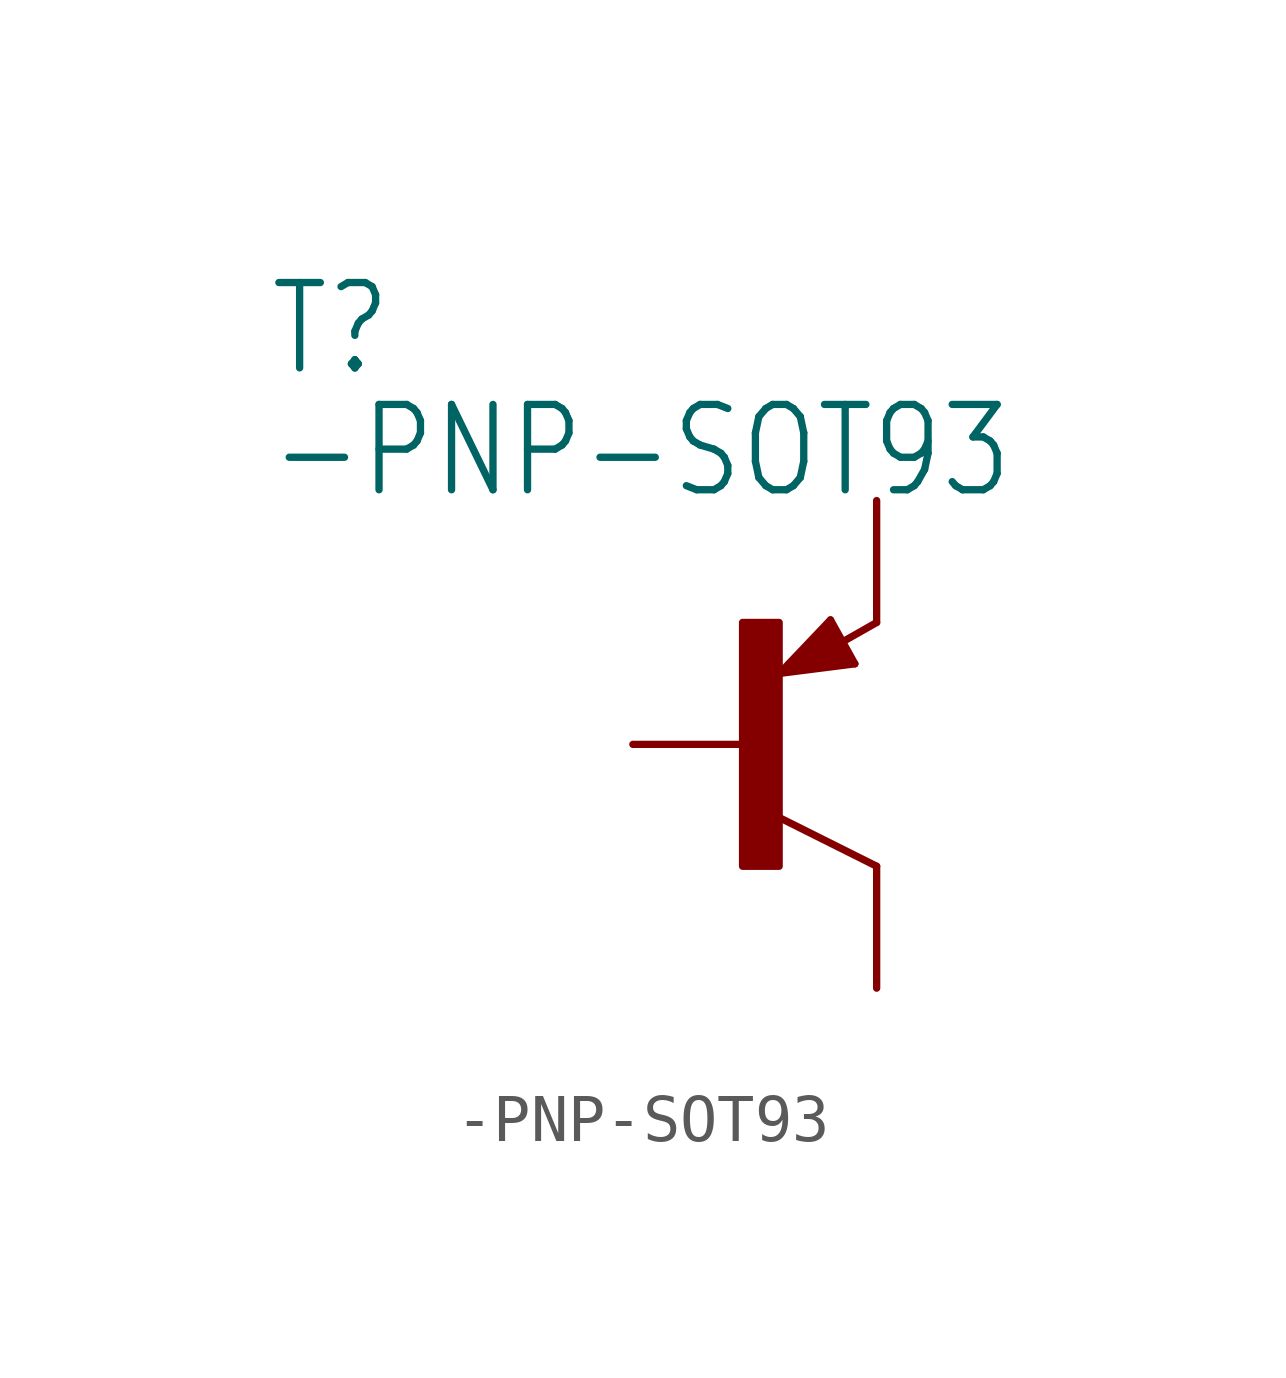
<source format=kicad_sym>
(kicad_symbol_lib
  (version 20211014)
  (generator kicad_symbol_editor)
  (symbol "-PNP-SOT93"
    (property "Reference" "T"
      (at -10.16 7.62 0)
      (effects (font (size 1.778 1.511)) (justify left bottom)))
    (property "Value" "-PNP-SOT93"
      (at -10.16 5.08 0)
      (effects (font (size 1.778 1.511)) (justify left bottom)))
    (property "ki_locked" ""
      (at 0 0 0)
      (effects (font (size 1.27 1.27))))
    (symbol "-PNP-SOT93_1_0"
      (rectangle (start -0.254 -2.54) (end 0.508 2.54) (stroke (width 0) (type default) (color 0 0 0 0)) (fill (type outline)))
      (polyline (pts (xy 0.516 1.478) (xy 2.086 1.678)) (stroke (width 0.152) (type default) (color 0 0 0 0)) (fill (type none)))
      (polyline (pts (xy 0.762 1.651) (xy 1.778 1.778)) (stroke (width 0.254) (type default) (color 0 0 0 0)) (fill (type none)))
      (polyline (pts (xy 1.143 1.905) (xy 1.524 1.905)) (stroke (width 0.254) (type default) (color 0 0 0 0)) (fill (type none)))
      (polyline (pts (xy 1.524 2.159) (xy 1.143 1.905)) (stroke (width 0.254) (type default) (color 0 0 0 0)) (fill (type none)))
      (polyline (pts (xy 1.524 2.413) (xy 0.762 1.651)) (stroke (width 0.254) (type default) (color 0 0 0 0)) (fill (type none)))
      (polyline (pts (xy 1.578 2.594) (xy 0.516 1.478)) (stroke (width 0.152) (type default) (color 0 0 0 0)) (fill (type none)))
      (polyline (pts (xy 1.778 1.778) (xy 1.524 2.159)) (stroke (width 0.254) (type default) (color 0 0 0 0)) (fill (type none)))
      (polyline (pts (xy 1.905 1.778) (xy 1.524 2.413)) (stroke (width 0.254) (type default) (color 0 0 0 0)) (fill (type none)))
      (polyline (pts (xy 2.086 1.678) (xy 1.578 2.594)) (stroke (width 0.152) (type default) (color 0 0 0 0)) (fill (type none)))
      (polyline (pts (xy 2.54 -2.54) (xy 0.508 -1.524)) (stroke (width 0.152) (type default) (color 0 0 0 0)) (fill (type none)))
      (polyline (pts (xy 2.54 2.54) (xy 1.808 2.124)) (stroke (width 0.152) (type default) (color 0 0 0 0)) (fill (type none)))
      (pin passive line (at -2.54 0 0) (length 2.54) (name "B" (effects (font (size 0 0)))) (number "B" (effects (font (size 0 0)))))
      (pin passive line (at 2.54 -5.08 90) (length 2.54) (name "C" (effects (font (size 0 0)))) (number "C" (effects (font (size 0 0)))))
      (pin passive line (at 2.54 5.08 270) (length 2.54) (name "E" (effects (font (size 0 0)))) (number "E" (effects (font (size 0 0))))))))
</source>
